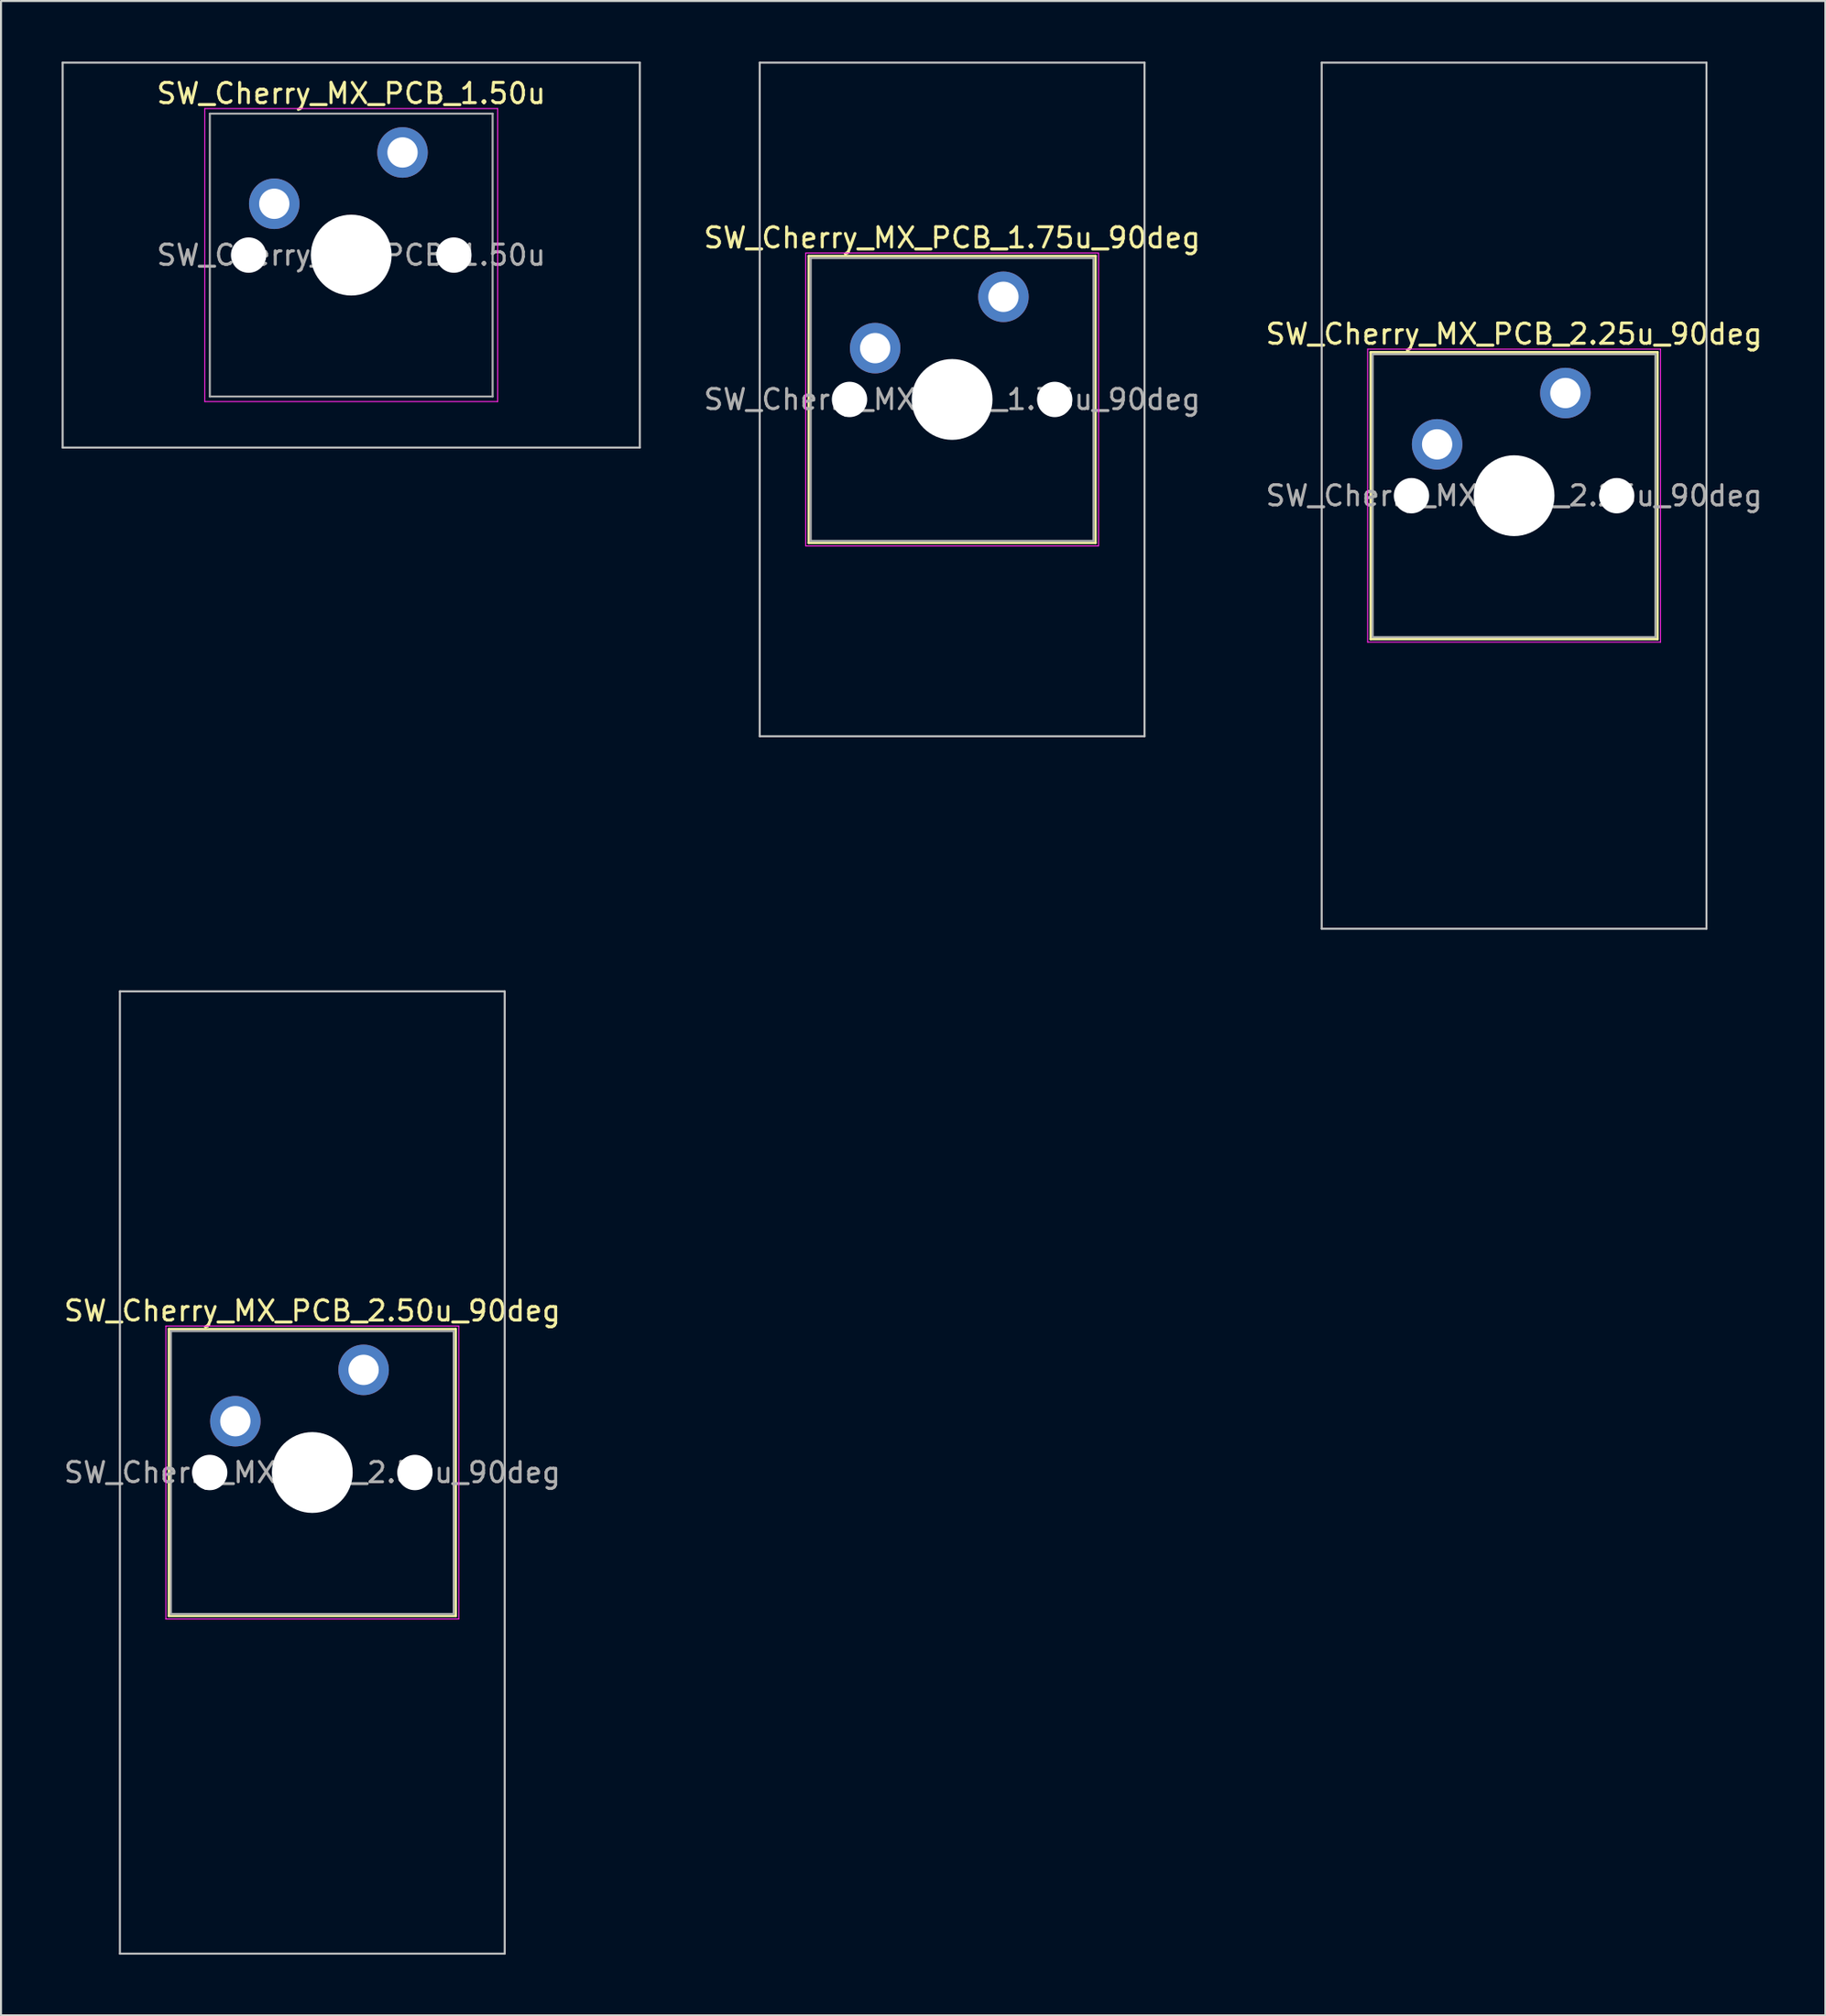
<source format=kicad_pcb>
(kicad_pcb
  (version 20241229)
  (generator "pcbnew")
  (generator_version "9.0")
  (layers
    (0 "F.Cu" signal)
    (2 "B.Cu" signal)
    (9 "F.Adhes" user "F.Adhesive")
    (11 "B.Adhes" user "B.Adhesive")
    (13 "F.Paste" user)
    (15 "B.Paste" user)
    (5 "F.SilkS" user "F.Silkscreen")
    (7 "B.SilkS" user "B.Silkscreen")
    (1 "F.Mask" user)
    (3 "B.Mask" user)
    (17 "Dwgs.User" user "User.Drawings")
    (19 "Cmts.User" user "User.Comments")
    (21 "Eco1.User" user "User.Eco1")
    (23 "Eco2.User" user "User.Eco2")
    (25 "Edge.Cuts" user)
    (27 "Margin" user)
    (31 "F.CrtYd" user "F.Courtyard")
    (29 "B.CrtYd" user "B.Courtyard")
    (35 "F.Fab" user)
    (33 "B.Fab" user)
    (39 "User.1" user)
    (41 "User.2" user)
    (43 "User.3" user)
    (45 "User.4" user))
  (footprint "SW_Cherry_MX_PCB_1.50u"
    (layer "F.Cu")
    (at 14.338 9.575)
    (property "Reference" "SW_Cherry_MX_PCB_1.50u" (at 0 -8 0) (layer "F.SilkS") (effects (font (size 1 1) (thickness 0.15))))
    (attr through_hole)
    (fp_line (start -14.287 -9.525) (end -14.287 9.525) (stroke (width 0.1) (type solid)) (layer "Dwgs.User"))
    (fp_line (start -14.287 9.525) (end 14.287 9.525) (stroke (width 0.1) (type solid)) (layer "Dwgs.User"))
    (fp_line (start 14.287 -9.525) (end -14.287 -9.525) (stroke (width 0.1) (type solid)) (layer "Dwgs.User"))
    (fp_line (start 14.287 9.525) (end 14.287 -9.525) (stroke (width 0.1) (type solid)) (layer "Dwgs.User"))
    (fp_line (start -7 -7) (end -7 7) (stroke (width 0.1) (type solid)) (layer "Eco1.User"))
    (fp_line (start -7 7) (end 7 7) (stroke (width 0.1) (type solid)) (layer "Eco1.User"))
    (fp_line (start 7 -7) (end -7 -7) (stroke (width 0.1) (type solid)) (layer "Eco1.User"))
    (fp_line (start 7 7) (end 7 -7) (stroke (width 0.1) (type solid)) (layer "Eco1.User"))
    (fp_line (start -7.25 -7.25) (end -7.25 7.25) (stroke (width 0.05) (type solid)) (layer "F.CrtYd"))
    (fp_line (start -7.25 7.25) (end 7.25 7.25) (stroke (width 0.05) (type solid)) (layer "F.CrtYd"))
    (fp_line (start 7.25 -7.25) (end -7.25 -7.25) (stroke (width 0.05) (type solid)) (layer "F.CrtYd"))
    (fp_line (start 7.25 7.25) (end 7.25 -7.25) (stroke (width 0.05) (type solid)) (layer "F.CrtYd"))
    (fp_line (start -7 -7) (end -7 7) (stroke (width 0.1) (type solid)) (layer "F.Fab"))
    (fp_line (start -7 7) (end 7 7) (stroke (width 0.1) (type solid)) (layer "F.Fab"))
    (fp_line (start 7 -7) (end -7 -7) (stroke (width 0.1) (type solid)) (layer "F.Fab"))
    (fp_line (start 7 7) (end 7 -7) (stroke (width 0.1) (type solid)) (layer "F.Fab"))
    (fp_text user "${REFERENCE}" (at 0 0 0) (layer "F.Fab") (effects (font (size 1 1) (thickness 0.15))))
    (pad "" np_thru_hole circle (at -5.08 0) (size 1.75 1.75) (drill 1.75) (layers "*.Cu" "*.Mask"))
    (pad "" smd circle (at -3.81 -2.54) (size 1.55 1.55) (layers "F.Mask"))
    (pad "" np_thru_hole circle (at 0 0) (size 4 4) (drill 4) (layers "*.Cu" "*.Mask"))
    (pad "" smd circle (at 2.54 -5.08) (size 1.55 1.55) (layers "F.Mask"))
    (pad "" np_thru_hole circle (at 5.08 0) (size 1.75 1.75) (drill 1.75) (layers "*.Cu" "*.Mask"))
    (pad "1" thru_hole circle (at -3.81 -2.54) (size 2.5 2.5) (drill 1.5) (layers "*.Cu" "B.Mask"))
    (pad "2" thru_hole circle (at 2.54 -5.08) (size 2.5 2.5) (drill 1.5) (layers "*.Cu" "B.Mask")))
  (footprint "SW_Cherry_MX_PCB_2.25u_90deg"
    (layer "F.Cu")
    (at 71.907 21.481)
    (property "Reference" "SW_Cherry_MX_PCB_2.25u_90deg" (at 0 -8 0) (layer "F.SilkS") (effects (font (size 1 1) (thickness 0.15))))
    (attr through_hole)
    (fp_line (start -7.1 -7.1) (end -7.1 7.1) (stroke (width 0.12) (type solid)) (layer "F.SilkS"))
    (fp_line (start -7.1 7.1) (end 7.1 7.1) (stroke (width 0.12) (type solid)) (layer "F.SilkS"))
    (fp_line (start 7.1 -7.1) (end -7.1 -7.1) (stroke (width 0.12) (type solid)) (layer "F.SilkS"))
    (fp_line (start 7.1 7.1) (end 7.1 -7.1) (stroke (width 0.12) (type solid)) (layer "F.SilkS"))
    (fp_line (start -9.525 -21.431) (end 9.525 -21.431) (stroke (width 0.1) (type solid)) (layer "Dwgs.User"))
    (fp_line (start -9.525 21.431) (end -9.525 -21.431) (stroke (width 0.1) (type solid)) (layer "Dwgs.User"))
    (fp_line (start 9.525 -21.431) (end 9.525 21.431) (stroke (width 0.1) (type solid)) (layer "Dwgs.User"))
    (fp_line (start 9.525 21.431) (end -9.525 21.431) (stroke (width 0.1) (type solid)) (layer "Dwgs.User"))
    (fp_line (start -7 -7) (end -7 7) (stroke (width 0.1) (type solid)) (layer "Eco1.User"))
    (fp_line (start -7 7) (end 7 7) (stroke (width 0.1) (type solid)) (layer "Eco1.User"))
    (fp_line (start 7 -7) (end -7 -7) (stroke (width 0.1) (type solid)) (layer "Eco1.User"))
    (fp_line (start 7 7) (end 7 -7) (stroke (width 0.1) (type solid)) (layer "Eco1.User"))
    (fp_line (start -7.25 -7.25) (end -7.25 7.25) (stroke (width 0.05) (type solid)) (layer "F.CrtYd"))
    (fp_line (start -7.25 7.25) (end 7.25 7.25) (stroke (width 0.05) (type solid)) (layer "F.CrtYd"))
    (fp_line (start 7.25 -7.25) (end -7.25 -7.25) (stroke (width 0.05) (type solid)) (layer "F.CrtYd"))
    (fp_line (start 7.25 7.25) (end 7.25 -7.25) (stroke (width 0.05) (type solid)) (layer "F.CrtYd"))
    (fp_line (start -7 -7) (end -7 7) (stroke (width 0.1) (type solid)) (layer "F.Fab"))
    (fp_line (start -7 7) (end 7 7) (stroke (width 0.1) (type solid)) (layer "F.Fab"))
    (fp_line (start 7 -7) (end -7 -7) (stroke (width 0.1) (type solid)) (layer "F.Fab"))
    (fp_line (start 7 7) (end 7 -7) (stroke (width 0.1) (type solid)) (layer "F.Fab"))
    (fp_text user "${REFERENCE}" (at 0 0 0) (layer "F.Fab") (effects (font (size 1 1) (thickness 0.15))))
    (pad "" np_thru_hole circle (at -5.08 0) (size 1.75 1.75) (drill 1.75) (layers "*.Cu" "*.Mask"))
    (pad "" smd circle (at -3.81 -2.54) (size 1.55 1.55) (layers "F.Mask"))
    (pad "" np_thru_hole circle (at 0 0) (size 4 4) (drill 4) (layers "*.Cu" "*.Mask"))
    (pad "" smd circle (at 2.54 -5.08) (size 1.55 1.55) (layers "F.Mask"))
    (pad "" np_thru_hole circle (at 5.08 0) (size 1.75 1.75) (drill 1.75) (layers "*.Cu" "*.Mask"))
    (pad "1" thru_hole circle (at -3.81 -2.54) (size 2.5 2.5) (drill 1.5) (layers "*.Cu" "B.Mask"))
    (pad "2" thru_hole circle (at 2.54 -5.08) (size 2.5 2.5) (drill 1.5) (layers "*.Cu" "B.Mask")))
  (footprint "SW_Cherry_MX_PCB_2.50u_90deg"
    (layer "F.Cu")
    (at 12.411 69.825)
    (property "Reference" "SW_Cherry_MX_PCB_2.50u_90deg" (at 0 -8 0) (layer "F.SilkS") (effects (font (size 1 1) (thickness 0.15))))
    (attr through_hole)
    (fp_line (start -7.1 -7.1) (end -7.1 7.1) (stroke (width 0.12) (type solid)) (layer "F.SilkS"))
    (fp_line (start -7.1 7.1) (end 7.1 7.1) (stroke (width 0.12) (type solid)) (layer "F.SilkS"))
    (fp_line (start 7.1 -7.1) (end -7.1 -7.1) (stroke (width 0.12) (type solid)) (layer "F.SilkS"))
    (fp_line (start 7.1 7.1) (end 7.1 -7.1) (stroke (width 0.12) (type solid)) (layer "F.SilkS"))
    (fp_line (start -9.525 -23.812) (end 9.525 -23.812) (stroke (width 0.1) (type solid)) (layer "Dwgs.User"))
    (fp_line (start -9.525 23.812) (end -9.525 -23.812) (stroke (width 0.1) (type solid)) (layer "Dwgs.User"))
    (fp_line (start 9.525 -23.812) (end 9.525 23.812) (stroke (width 0.1) (type solid)) (layer "Dwgs.User"))
    (fp_line (start 9.525 23.812) (end -9.525 23.812) (stroke (width 0.1) (type solid)) (layer "Dwgs.User"))
    (fp_line (start -7 -7) (end -7 7) (stroke (width 0.1) (type solid)) (layer "Eco1.User"))
    (fp_line (start -7 7) (end 7 7) (stroke (width 0.1) (type solid)) (layer "Eco1.User"))
    (fp_line (start 7 -7) (end -7 -7) (stroke (width 0.1) (type solid)) (layer "Eco1.User"))
    (fp_line (start 7 7) (end 7 -7) (stroke (width 0.1) (type solid)) (layer "Eco1.User"))
    (fp_line (start -7.25 -7.25) (end -7.25 7.25) (stroke (width 0.05) (type solid)) (layer "F.CrtYd"))
    (fp_line (start -7.25 7.25) (end 7.25 7.25) (stroke (width 0.05) (type solid)) (layer "F.CrtYd"))
    (fp_line (start 7.25 -7.25) (end -7.25 -7.25) (stroke (width 0.05) (type solid)) (layer "F.CrtYd"))
    (fp_line (start 7.25 7.25) (end 7.25 -7.25) (stroke (width 0.05) (type solid)) (layer "F.CrtYd"))
    (fp_line (start -7 -7) (end -7 7) (stroke (width 0.1) (type solid)) (layer "F.Fab"))
    (fp_line (start -7 7) (end 7 7) (stroke (width 0.1) (type solid)) (layer "F.Fab"))
    (fp_line (start 7 -7) (end -7 -7) (stroke (width 0.1) (type solid)) (layer "F.Fab"))
    (fp_line (start 7 7) (end 7 -7) (stroke (width 0.1) (type solid)) (layer "F.Fab"))
    (fp_text user "${REFERENCE}" (at 0 0 0) (layer "F.Fab") (effects (font (size 1 1) (thickness 0.15))))
    (pad "" np_thru_hole circle (at -5.08 0) (size 1.75 1.75) (drill 1.75) (layers "*.Cu" "*.Mask"))
    (pad "" smd circle (at -3.81 -2.54) (size 1.55 1.55) (layers "F.Mask"))
    (pad "" np_thru_hole circle (at 0 0) (size 4 4) (drill 4) (layers "*.Cu" "*.Mask"))
    (pad "" smd circle (at 2.54 -5.08) (size 1.55 1.55) (layers "F.Mask"))
    (pad "" np_thru_hole circle (at 5.08 0) (size 1.75 1.75) (drill 1.75) (layers "*.Cu" "*.Mask"))
    (pad "1" thru_hole circle (at -3.81 -2.54) (size 2.5 2.5) (drill 1.5) (layers "*.Cu" "B.Mask"))
    (pad "2" thru_hole circle (at 2.54 -5.08) (size 2.5 2.5) (drill 1.5) (layers "*.Cu" "B.Mask")))
  (footprint "SW_Cherry_MX_PCB_1.75u_90deg"
    (layer "F.Cu")
    (at 44.086 16.719)
    (property "Reference" "SW_Cherry_MX_PCB_1.75u_90deg" (at 0 -8 0) (layer "F.SilkS") (effects (font (size 1 1) (thickness 0.15))))
    (attr through_hole)
    (fp_line (start -7.1 -7.1) (end -7.1 7.1) (stroke (width 0.12) (type solid)) (layer "F.SilkS"))
    (fp_line (start -7.1 7.1) (end 7.1 7.1) (stroke (width 0.12) (type solid)) (layer "F.SilkS"))
    (fp_line (start 7.1 -7.1) (end -7.1 -7.1) (stroke (width 0.12) (type solid)) (layer "F.SilkS"))
    (fp_line (start 7.1 7.1) (end 7.1 -7.1) (stroke (width 0.12) (type solid)) (layer "F.SilkS"))
    (fp_line (start -9.525 -16.669) (end 9.525 -16.669) (stroke (width 0.1) (type solid)) (layer "Dwgs.User"))
    (fp_line (start -9.525 16.669) (end -9.525 -16.669) (stroke (width 0.1) (type solid)) (layer "Dwgs.User"))
    (fp_line (start 9.525 -16.669) (end 9.525 16.669) (stroke (width 0.1) (type solid)) (layer "Dwgs.User"))
    (fp_line (start 9.525 16.669) (end -9.525 16.669) (stroke (width 0.1) (type solid)) (layer "Dwgs.User"))
    (fp_line (start -7 -7) (end -7 7) (stroke (width 0.1) (type solid)) (layer "Eco1.User"))
    (fp_line (start -7 7) (end 7 7) (stroke (width 0.1) (type solid)) (layer "Eco1.User"))
    (fp_line (start 7 -7) (end -7 -7) (stroke (width 0.1) (type solid)) (layer "Eco1.User"))
    (fp_line (start 7 7) (end 7 -7) (stroke (width 0.1) (type solid)) (layer "Eco1.User"))
    (fp_line (start -7.25 -7.25) (end -7.25 7.25) (stroke (width 0.05) (type solid)) (layer "F.CrtYd"))
    (fp_line (start -7.25 7.25) (end 7.25 7.25) (stroke (width 0.05) (type solid)) (layer "F.CrtYd"))
    (fp_line (start 7.25 -7.25) (end -7.25 -7.25) (stroke (width 0.05) (type solid)) (layer "F.CrtYd"))
    (fp_line (start 7.25 7.25) (end 7.25 -7.25) (stroke (width 0.05) (type solid)) (layer "F.CrtYd"))
    (fp_line (start -7 -7) (end -7 7) (stroke (width 0.1) (type solid)) (layer "F.Fab"))
    (fp_line (start -7 7) (end 7 7) (stroke (width 0.1) (type solid)) (layer "F.Fab"))
    (fp_line (start 7 -7) (end -7 -7) (stroke (width 0.1) (type solid)) (layer "F.Fab"))
    (fp_line (start 7 7) (end 7 -7) (stroke (width 0.1) (type solid)) (layer "F.Fab"))
    (fp_text user "${REFERENCE}" (at 0 0 0) (layer "F.Fab") (effects (font (size 1 1) (thickness 0.15))))
    (pad "" np_thru_hole circle (at -5.08 0) (size 1.75 1.75) (drill 1.75) (layers "*.Cu" "*.Mask"))
    (pad "" smd circle (at -3.81 -2.54) (size 1.55 1.55) (layers "F.Mask"))
    (pad "" np_thru_hole circle (at 0 0) (size 4 4) (drill 4) (layers "*.Cu" "*.Mask"))
    (pad "" smd circle (at 2.54 -5.08) (size 1.55 1.55) (layers "F.Mask"))
    (pad "" np_thru_hole circle (at 5.08 0) (size 1.75 1.75) (drill 1.75) (layers "*.Cu" "*.Mask"))
    (pad "1" thru_hole circle (at -3.81 -2.54) (size 2.5 2.5) (drill 1.5) (layers "*.Cu" "B.Mask"))
    (pad "2" thru_hole circle (at 2.54 -5.08) (size 2.5 2.5) (drill 1.5) (layers "*.Cu" "B.Mask")))
  (gr_rect
    (start -3 -3)
    (end 87.318 96.688)
    (stroke (width 0.1) (type default))
    (fill no)
    (layer "Edge.Cuts")))
</source>
